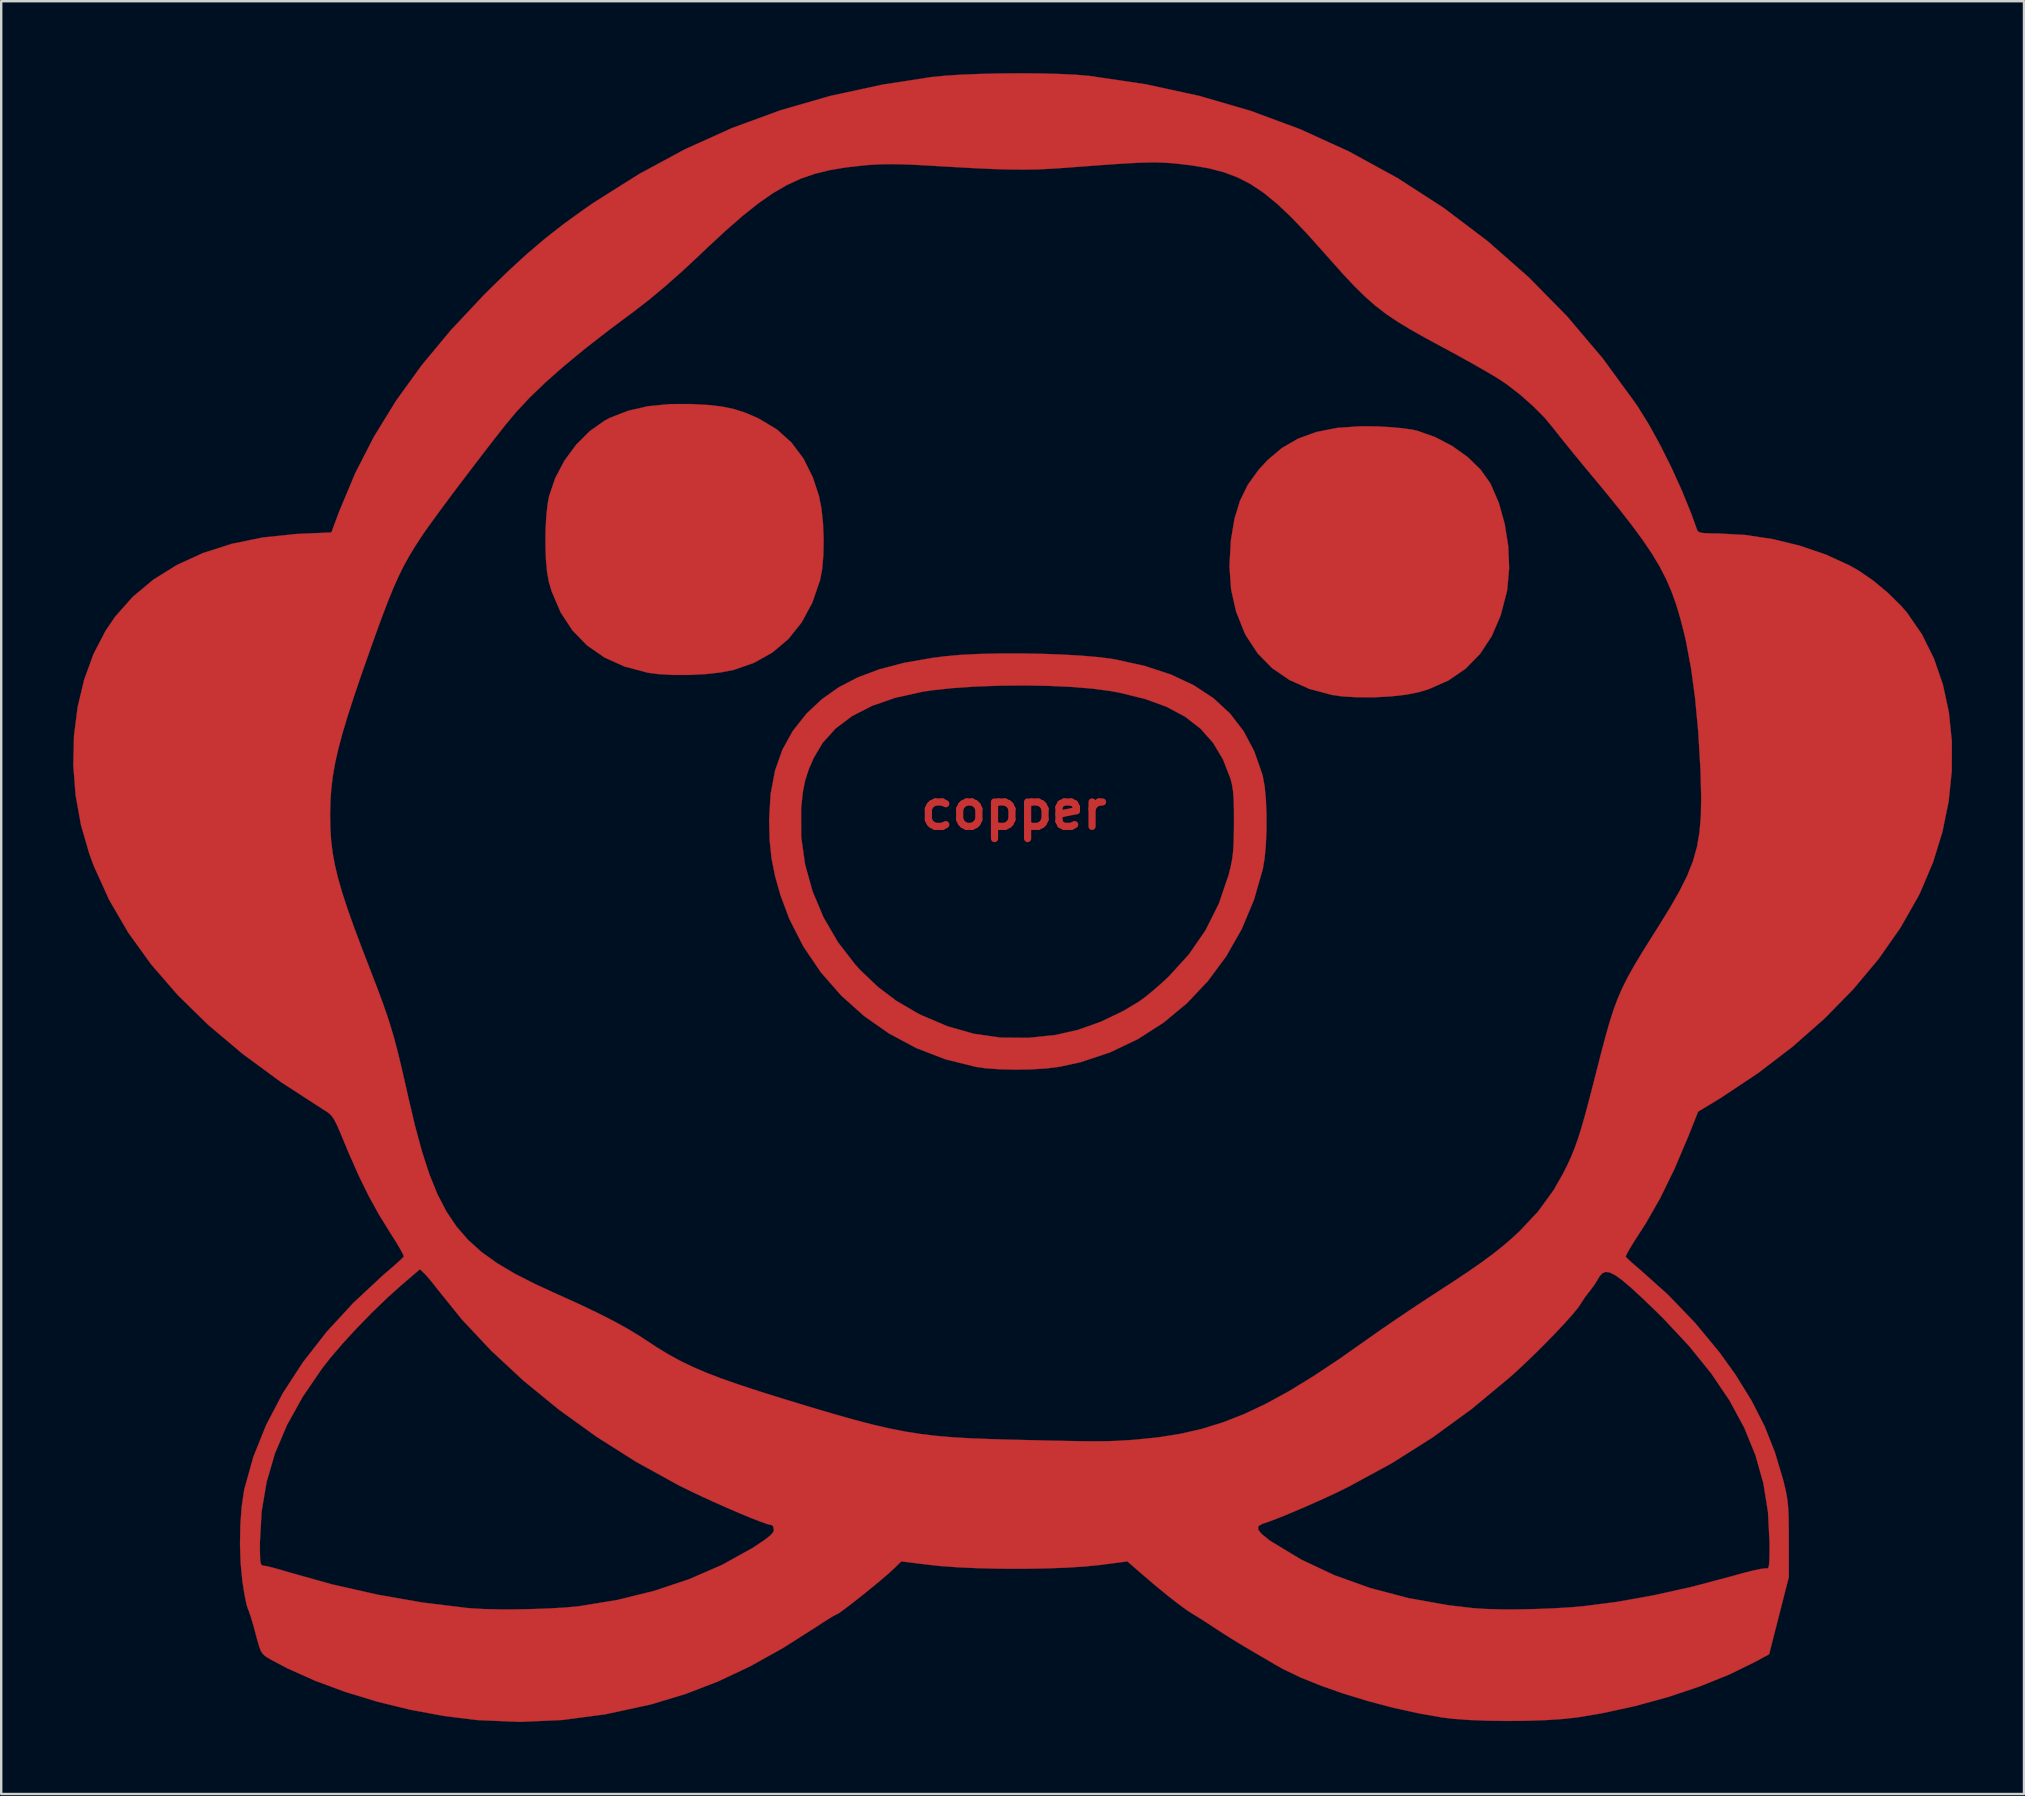
<source format=kicad_pcb>
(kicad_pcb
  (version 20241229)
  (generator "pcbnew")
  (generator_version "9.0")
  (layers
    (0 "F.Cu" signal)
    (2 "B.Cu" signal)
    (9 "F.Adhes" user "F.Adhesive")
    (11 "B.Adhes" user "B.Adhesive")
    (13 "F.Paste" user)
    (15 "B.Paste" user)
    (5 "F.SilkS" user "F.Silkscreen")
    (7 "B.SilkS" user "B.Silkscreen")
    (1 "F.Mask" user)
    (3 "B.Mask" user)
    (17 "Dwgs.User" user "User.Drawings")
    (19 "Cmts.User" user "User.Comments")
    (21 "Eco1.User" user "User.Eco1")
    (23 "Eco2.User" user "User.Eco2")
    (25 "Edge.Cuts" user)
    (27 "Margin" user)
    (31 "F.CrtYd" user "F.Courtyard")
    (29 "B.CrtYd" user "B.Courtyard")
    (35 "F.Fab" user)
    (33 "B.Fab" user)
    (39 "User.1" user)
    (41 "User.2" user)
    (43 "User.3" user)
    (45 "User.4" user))
  (footprint "copper"
    (layer "F.Cu")
    (at 39.189 30.694)
    (property "Reference" "copper" (at 0 0 0) (layer "F.Cu") (effects (font (size 1.524 1.524) (thickness 0.3))))
    (attr through_hole)
    (fp_poly (pts (xy 15.113 -15.977) (xy 15.662 -15.948) (xy 16.165 -15.903) (xy 16.579 -15.846) (xy 16.806 -15.798) (xy 17.564 -15.53) (xy 18.278 -15.156) (xy 18.917 -14.699) (xy 19.451 -14.18) (xy 19.849 -13.622) (xy 19.878 -13.568) (xy 20.215 -12.79) (xy 20.46 -11.916) (xy 20.606 -10.994) (xy 20.645 -10.077) (xy 20.57 -9.213) (xy 20.549 -9.09) (xy 20.291 -8.101) (xy 19.92 -7.237) (xy 19.433 -6.497) (xy 18.832 -5.882) (xy 18.117 -5.392) (xy 17.287 -5.025) (xy 16.875 -4.901) (xy 16.344 -4.797) (xy 15.702 -4.725) (xy 15.008 -4.688) (xy 14.316 -4.689) (xy 13.683 -4.727) (xy 13.272 -4.785) (xy 12.323 -5.037) (xy 11.487 -5.412) (xy 10.766 -5.906) (xy 10.166 -6.519) (xy 9.687 -7.247) (xy 9.614 -7.391) (xy 9.267 -8.262) (xy 9.06 -9.179) (xy 8.99 -10.163) (xy 9.052 -11.235) (xy 9.055 -11.256) (xy 9.201 -12.129) (xy 9.43 -12.881) (xy 9.759 -13.548) (xy 10.203 -14.164) (xy 10.577 -14.57) (xy 11.174 -15.075) (xy 11.848 -15.465) (xy 12.613 -15.744) (xy 13.481 -15.915) (xy 14.467 -15.983) (xy 15.113 -15.977)) (stroke (width 0.01) (type solid)) (fill yes) (layer "F.Cu"))
    (fp_poly (pts (xy -12.724 -16.868) (xy -12.15 -16.802) (xy -11.653 -16.698) (xy -11.185 -16.547) (xy -10.701 -16.339) (xy -10.601 -16.291) (xy -9.871 -15.852) (xy -9.26 -15.304) (xy -8.76 -14.638) (xy -8.367 -13.846) (xy -8.115 -13.081) (xy -8.012 -12.561) (xy -7.946 -11.943) (xy -7.919 -11.281) (xy -7.93 -10.627) (xy -7.981 -10.034) (xy -8.069 -9.567) (xy -8.394 -8.627) (xy -8.834 -7.812) (xy -9.385 -7.122) (xy -10.047 -6.56) (xy -10.82 -6.126) (xy -11.657 -5.833) (xy -12.189 -5.728) (xy -12.83 -5.656) (xy -13.525 -5.62) (xy -14.217 -5.62) (xy -14.849 -5.659) (xy -15.261 -5.716) (xy -16.215 -5.97) (xy -17.054 -6.349) (xy -17.778 -6.852) (xy -18.386 -7.477) (xy -18.876 -8.224) (xy -19.247 -9.091) (xy -19.365 -9.483) (xy -19.441 -9.889) (xy -19.489 -10.415) (xy -19.511 -11.013) (xy -19.507 -11.634) (xy -19.476 -12.231) (xy -19.418 -12.755) (xy -19.359 -13.071) (xy -19.1 -13.831) (xy -18.716 -14.556) (xy -18.228 -15.217) (xy -17.662 -15.782) (xy -17.04 -16.22) (xy -16.819 -16.336) (xy -16.066 -16.628) (xy -15.244 -16.817) (xy -14.327 -16.906) (xy -13.42 -16.907) (xy -12.724 -16.868)) (stroke (width 0.01) (type solid)) (fill yes) (layer "F.Cu"))
    (fp_poly (pts (xy 1.175 -6.5) (xy 2.045 -6.468) (xy 2.855 -6.421) (xy 3.571 -6.358) (xy 4.157 -6.28) (xy 4.228 -6.268) (xy 5.464 -5.994) (xy 6.555 -5.635) (xy 7.507 -5.188) (xy 8.325 -4.649) (xy 9.014 -4.013) (xy 9.579 -3.278) (xy 10.024 -2.438) (xy 10.355 -1.49) (xy 10.38 -1.397) (xy 10.457 -0.977) (xy 10.508 -0.436) (xy 10.533 0.181) (xy 10.533 0.828) (xy 10.507 1.457) (xy 10.455 2.025) (xy 10.383 2.455) (xy 10.012 3.751) (xy 9.501 4.969) (xy 8.858 6.099) (xy 8.094 7.132) (xy 7.218 8.059) (xy 6.24 8.87) (xy 5.169 9.556) (xy 4.015 10.107) (xy 2.786 10.516) (xy 1.915 10.706) (xy 1.374 10.775) (xy 0.735 10.815) (xy 0.052 10.826) (xy -0.616 10.809) (xy -1.214 10.764) (xy -1.566 10.713) (xy -2.841 10.397) (xy -4.053 9.93) (xy -5.19 9.324) (xy -6.24 8.588) (xy -7.193 7.733) (xy -8.035 6.77) (xy -8.756 5.707) (xy -9.344 4.557) (xy -9.718 3.556) (xy -9.943 2.76) (xy -10.09 2.023) (xy -10.168 1.272) (xy -10.19 0.432) (xy -10.19 0.423) (xy -10.165 -0.023) (xy -8.858 -0.023) (xy -8.855 1.129) (xy -8.692 2.281) (xy -8.377 3.411) (xy -7.917 4.498) (xy -7.321 5.52) (xy -6.597 6.456) (xy -6.399 6.672) (xy -5.661 7.377) (xy -4.89 7.96) (xy -4.028 8.465) (xy -3.852 8.554) (xy -2.759 9.02) (xy -1.668 9.331) (xy -0.554 9.491) (xy 0.606 9.501) (xy 1.736 9.383) (xy 2.663 9.174) (xy 3.621 8.835) (xy 4.562 8.385) (xy 5.228 7.986) (xy 5.491 7.793) (xy 5.825 7.519) (xy 6.185 7.204) (xy 6.463 6.946) (xy 7.3 6.027) (xy 7.995 5.018) (xy 8.545 3.92) (xy 8.949 2.738) (xy 8.954 2.719) (xy 9.041 2.374) (xy 9.102 2.064) (xy 9.142 1.745) (xy 9.165 1.372) (xy 9.176 0.902) (xy 9.179 0.55) (xy 9.178 -0.016) (xy 9.166 -0.448) (xy 9.14 -0.781) (xy 9.097 -1.051) (xy 9.035 -1.292) (xy 9.031 -1.308) (xy 8.721 -2.102) (xy 8.309 -2.791) (xy 7.786 -3.381) (xy 7.144 -3.879) (xy 6.375 -4.291) (xy 5.469 -4.622) (xy 4.418 -4.879) (xy 4.027 -4.951) (xy 3.285 -5.05) (xy 2.414 -5.121) (xy 1.452 -5.165) (xy 0.438 -5.183) (xy -0.59 -5.173) (xy -1.594 -5.136) (xy -2.535 -5.073) (xy -3.377 -4.984) (xy -3.815 -4.918) (xy -4.931 -4.67) (xy -5.903 -4.333) (xy -6.732 -3.908) (xy -7.418 -3.393) (xy -7.963 -2.789) (xy -8.336 -2.159) (xy -8.545 -1.674) (xy -8.69 -1.221) (xy -8.786 -0.739) (xy -8.848 -0.164) (xy -8.858 -0.023) (xy -10.165 -0.023) (xy -10.128 -0.657) (xy -9.946 -1.627) (xy -9.639 -2.5) (xy -9.203 -3.289) (xy -8.632 -4.008) (xy -8.62 -4.021) (xy -7.996 -4.606) (xy -7.294 -5.103) (xy -6.499 -5.517) (xy -5.596 -5.856) (xy -4.569 -6.124) (xy -3.404 -6.329) (xy -2.857 -6.398) (xy -2.208 -6.456) (xy -1.446 -6.494) (xy -0.605 -6.514) (xy 0.28 -6.515) (xy 1.175 -6.5)) (stroke (width 0.01) (type solid)) (fill yes) (layer "F.Cu"))
    (fp_poly (pts (xy 1.126 -30.682) (xy 1.905 -30.662) (xy 2.592 -30.629) (xy 3.149 -30.581) (xy 3.175 -30.578) (xy 5.498 -30.233) (xy 7.727 -29.749) (xy 9.873 -29.125) (xy 11.943 -28.357) (xy 13.945 -27.444) (xy 13.967 -27.434) (xy 15.992 -26.325) (xy 17.918 -25.08) (xy 19.74 -23.702) (xy 21.455 -22.195) (xy 23.058 -20.563) (xy 24.544 -18.81) (xy 25.91 -16.939) (xy 26.018 -16.779) (xy 26.476 -16.038) (xy 26.949 -15.178) (xy 27.415 -14.244) (xy 27.851 -13.28) (xy 28.236 -12.333) (xy 28.477 -11.663) (xy 28.523 -11.593) (xy 28.623 -11.549) (xy 28.81 -11.525) (xy 29.117 -11.516) (xy 29.345 -11.515) (xy 30.472 -11.454) (xy 31.624 -11.281) (xy 32.761 -11.004) (xy 33.84 -10.636) (xy 34.822 -10.186) (xy 35.194 -9.976) (xy 35.803 -9.56) (xy 36.417 -9.05) (xy 36.971 -8.505) (xy 37.224 -8.213) (xy 37.846 -7.309) (xy 38.345 -6.305) (xy 38.719 -5.218) (xy 38.968 -4.062) (xy 39.091 -2.855) (xy 39.088 -1.612) (xy 38.957 -0.349) (xy 38.699 0.918) (xy 38.312 2.172) (xy 37.795 3.398) (xy 37.701 3.591) (xy 36.95 4.912) (xy 36.041 6.211) (xy 34.982 7.476) (xy 33.784 8.698) (xy 32.457 9.868) (xy 31.009 10.975) (xy 29.451 12.01) (xy 29.224 12.149) (xy 28.518 12.576) (xy 28.115 13.591) (xy 27.537 14.954) (xy 26.949 16.16) (xy 26.344 17.221) (xy 26.122 17.567) (xy 25.889 17.927) (xy 25.697 18.238) (xy 25.563 18.473) (xy 25.502 18.604) (xy 25.5 18.619) (xy 25.574 18.701) (xy 25.747 18.86) (xy 25.987 19.066) (xy 26.077 19.142) (xy 27.269 20.21) (xy 28.394 21.381) (xy 29.415 22.615) (xy 30.07 23.529) (xy 30.744 24.616) (xy 31.287 25.682) (xy 31.721 26.777) (xy 32.056 27.898) (xy 32.143 28.247) (xy 32.206 28.546) (xy 32.249 28.833) (xy 32.276 29.147) (xy 32.291 29.528) (xy 32.297 30.015) (xy 32.298 30.395) (xy 32.3 31.962) (xy 31.889 33.574) (xy 31.477 35.186) (xy 30.915 35.492) (xy 29.82 36.029) (xy 28.594 36.524) (xy 27.271 36.967) (xy 25.887 37.347) (xy 24.476 37.652) (xy 23.495 37.816) (xy 22.895 37.882) (xy 22.177 37.93) (xy 21.383 37.957) (xy 20.554 37.966) (xy 19.734 37.954) (xy 18.964 37.924) (xy 18.286 37.873) (xy 17.839 37.819) (xy 16.829 37.639) (xy 15.79 37.408) (xy 14.752 37.133) (xy 13.746 36.826) (xy 12.803 36.495) (xy 11.951 36.151) (xy 11.223 35.802) (xy 10.903 35.622) (xy 10.695 35.498) (xy 10.388 35.318) (xy 10.031 35.11) (xy 9.802 34.976) (xy 9.39 34.731) (xy 8.951 34.46) (xy 8.557 34.208) (xy 8.413 34.113) (xy 8.089 33.899) (xy 7.776 33.699) (xy 7.532 33.55) (xy 7.494 33.528) (xy 7.222 33.353) (xy 6.849 33.08) (xy 6.399 32.728) (xy 5.895 32.315) (xy 5.36 31.858) (xy 5.353 31.853) (xy 4.738 31.317) (xy 3.575 31.468) (xy 2.933 31.532) (xy 2.16 31.58) (xy 1.295 31.61) (xy 0.377 31.624) (xy -0.557 31.621) (xy -1.467 31.601) (xy -2.317 31.563) (xy -3.066 31.509) (xy -3.463 31.467) (xy -4.683 31.317) (xy -5.03 31.652) (xy -5.228 31.833) (xy -5.503 32.069) (xy -5.829 32.34) (xy -6.179 32.625) (xy -6.528 32.902) (xy -6.849 33.152) (xy -7.117 33.354) (xy -7.304 33.486) (xy -7.384 33.528) (xy -7.481 33.573) (xy -7.684 33.693) (xy -7.962 33.87) (xy -8.195 34.024) (xy -9.611 34.924) (xy -10.976 35.685) (xy -12.318 36.319) (xy -13.662 36.837) (xy -15.033 37.253) (xy -15.198 37.295) (xy -17.024 37.689) (xy -18.808 37.925) (xy -20.567 38.005) (xy -22.318 37.931) (xy -22.375 37.926) (xy -23.739 37.758) (xy -25.13 37.501) (xy -26.512 37.163) (xy -27.853 36.755) (xy -29.119 36.286) (xy -30.276 35.767) (xy -30.988 35.388) (xy -31.161 35.284) (xy -31.28 35.183) (xy -31.369 35.049) (xy -31.447 34.844) (xy -31.535 34.531) (xy -31.589 34.324) (xy -31.692 33.948) (xy -31.791 33.617) (xy -31.873 33.378) (xy -31.909 33.293) (xy -31.959 33.138) (xy -32.021 32.856) (xy -32.086 32.488) (xy -32.142 32.111) (xy -32.211 31.38) (xy -32.238 30.587) (xy -32.237 30.544) (xy -31.41 30.544) (xy -31.408 30.957) (xy -31.399 31.231) (xy -31.377 31.392) (xy -31.338 31.471) (xy -31.277 31.495) (xy -31.252 31.496) (xy -31.107 31.52) (xy -30.844 31.585) (xy -30.504 31.68) (xy -30.258 31.755) (xy -28.416 32.271) (xy -26.524 32.7) (xy -24.634 33.031) (xy -22.802 33.255) (xy -22.569 33.275) (xy -22.067 33.303) (xy -21.444 33.316) (xy -20.747 33.316) (xy -20.023 33.302) (xy -19.32 33.276) (xy -18.684 33.239) (xy -18.164 33.191) (xy -18.119 33.186) (xy -16.52 32.925) (xy -14.978 32.545) (xy -13.514 32.055) (xy -12.149 31.461) (xy -10.905 30.771) (xy -10.762 30.68) (xy -10.398 30.437) (xy -10.163 30.256) (xy -10.034 30.118) (xy -9.991 30.005) (xy -9.991 29.993) (xy -9.992 29.988) (xy 10.185 29.988) (xy 10.332 30.177) (xy 10.635 30.421) (xy 10.732 30.488) (xy 11.984 31.244) (xy 13.36 31.891) (xy 14.847 32.425) (xy 16.438 32.845) (xy 18.122 33.146) (xy 19.177 33.268) (xy 19.683 33.3) (xy 20.315 33.316) (xy 21.029 33.316) (xy 21.781 33.301) (xy 22.529 33.272) (xy 23.23 33.229) (xy 23.707 33.188) (xy 25.146 33.003) (xy 26.686 32.727) (xy 28.289 32.37) (xy 29.918 31.937) (xy 30.009 31.911) (xy 30.442 31.792) (xy 30.825 31.696) (xy 31.126 31.632) (xy 31.311 31.607) (xy 31.343 31.609) (xy 31.405 31.614) (xy 31.448 31.573) (xy 31.474 31.46) (xy 31.489 31.251) (xy 31.495 30.919) (xy 31.496 30.525) (xy 31.432 29.274) (xy 31.239 28.066) (xy 30.909 26.893) (xy 30.44 25.743) (xy 29.825 24.608) (xy 29.06 23.476) (xy 28.139 22.338) (xy 27.058 21.183) (xy 26.737 20.867) (xy 26.18 20.331) (xy 25.725 19.912) (xy 25.36 19.602) (xy 25.072 19.394) (xy 24.846 19.28) (xy 24.67 19.253) (xy 24.531 19.306) (xy 24.415 19.432) (xy 24.344 19.554) (xy 24.206 19.778) (xy 24.024 20.025) (xy 23.99 20.066) (xy 23.805 20.308) (xy 23.647 20.548) (xy 23.627 20.583) (xy 23.492 20.777) (xy 23.254 21.063) (xy 22.932 21.42) (xy 22.549 21.828) (xy 22.124 22.263) (xy 21.679 22.705) (xy 21.234 23.132) (xy 20.81 23.523) (xy 20.681 23.638) (xy 19.081 24.967) (xy 17.454 26.152) (xy 15.764 27.22) (xy 13.972 28.195) (xy 13.864 28.25) (xy 13.355 28.497) (xy 12.788 28.759) (xy 12.198 29.021) (xy 11.62 29.268) (xy 11.092 29.485) (xy 10.647 29.655) (xy 10.351 29.756) (xy 10.192 29.849) (xy 10.185 29.988) (xy -9.992 29.988) (xy -10.028 29.845) (xy -10.09 29.803) (xy -10.244 29.768) (xy -10.526 29.67) (xy -10.911 29.521) (xy -11.372 29.331) (xy -11.885 29.111) (xy -12.425 28.872) (xy -12.967 28.625) (xy -13.485 28.379) (xy -13.954 28.147) (xy -14.012 28.117) (xy -15.729 27.17) (xy -17.382 26.123) (xy -18.952 24.991) (xy -20.423 23.789) (xy -21.777 22.531) (xy -22.997 21.231) (xy -24.045 19.93) (xy -24.247 19.671) (xy -24.443 19.439) (xy -24.54 19.336) (xy -24.739 19.142) (xy -25.514 19.805) (xy -26.115 20.344) (xy -26.747 20.955) (xy -27.377 21.601) (xy -27.969 22.246) (xy -28.488 22.853) (xy -28.816 23.272) (xy -29.63 24.463) (xy -30.283 25.639) (xy -30.782 26.817) (xy -31.132 28.013) (xy -31.339 29.244) (xy -31.41 30.527) (xy -31.41 30.544) (xy -32.237 30.544) (xy -32.223 29.787) (xy -32.167 29.035) (xy -32.072 28.384) (xy -32.052 28.286) (xy -31.68 26.954) (xy -31.145 25.625) (xy -30.454 24.309) (xy -29.614 23.017) (xy -28.632 21.758) (xy -27.513 20.543) (xy -26.266 19.381) (xy -26.077 19.22) (xy -25.803 18.984) (xy -25.583 18.785) (xy -25.444 18.65) (xy -25.413 18.611) (xy -25.446 18.516) (xy -25.556 18.31) (xy -25.728 18.021) (xy -25.943 17.679) (xy -25.975 17.63) (xy -26.443 16.873) (xy -26.872 16.096) (xy -27.285 15.256) (xy -27.703 14.31) (xy -27.862 13.928) (xy -28.051 13.471) (xy -28.194 13.143) (xy -28.31 12.915) (xy -28.416 12.759) (xy -28.529 12.646) (xy -28.669 12.547) (xy -28.758 12.493) (xy -30.523 11.35) (xy -32.123 10.174) (xy -33.56 8.964) (xy -34.834 7.717) (xy -35.946 6.433) (xy -36.899 5.11) (xy -37.693 3.746) (xy -38.329 2.342) (xy -38.516 1.836) (xy -38.867 0.625) (xy -38.933 0.254) (xy -28.484 0.254) (xy -28.474 0.78) (xy -28.441 1.283) (xy -28.38 1.783) (xy -28.286 2.3) (xy -28.152 2.856) (xy -27.974 3.471) (xy -27.747 4.164) (xy -27.464 4.956) (xy -27.122 5.867) (xy -26.833 6.614) (xy -26.56 7.321) (xy -26.333 7.927) (xy -26.142 8.467) (xy -25.976 8.976) (xy -25.825 9.488) (xy -25.679 10.039) (xy -25.526 10.664) (xy -25.357 11.397) (xy -25.234 11.946) (xy -24.944 13.176) (xy -24.651 14.254) (xy -24.345 15.195) (xy -24.012 16.016) (xy -23.641 16.734) (xy -23.22 17.363) (xy -22.735 17.921) (xy -22.176 18.424) (xy -21.531 18.888) (xy -20.786 19.33) (xy -19.93 19.766) (xy -19.162 20.119) (xy -18.199 20.554) (xy -17.377 20.944) (xy -16.675 21.3) (xy -16.073 21.632) (xy -15.552 21.949) (xy -15.357 22.078) (xy -14.852 22.409) (xy -14.366 22.703) (xy -13.876 22.97) (xy -13.359 23.219) (xy -12.792 23.462) (xy -12.152 23.707) (xy -11.415 23.964) (xy -10.56 24.244) (xy -9.61 24.541) (xy -8.503 24.878) (xy -7.533 25.166) (xy -6.675 25.408) (xy -5.906 25.609) (xy -5.202 25.773) (xy -4.538 25.904) (xy -3.891 26.007) (xy -3.237 26.086) (xy -2.552 26.145) (xy -1.812 26.188) (xy -0.993 26.22) (xy -0.169 26.244) (xy 0.767 26.266) (xy 1.553 26.285) (xy 2.208 26.298) (xy 2.753 26.308) (xy 3.206 26.312) (xy 3.587 26.312) (xy 3.915 26.307) (xy 4.21 26.298) (xy 4.49 26.284) (xy 4.777 26.266) (xy 5.08 26.244) (xy 6.051 26.145) (xy 6.97 25.997) (xy 7.857 25.792) (xy 8.731 25.52) (xy 9.61 25.175) (xy 10.513 24.748) (xy 11.459 24.231) (xy 12.467 23.615) (xy 13.555 22.893) (xy 14.69 22.095) (xy 15.173 21.754) (xy 15.751 21.356) (xy 16.375 20.933) (xy 16.998 20.518) (xy 17.568 20.146) (xy 18.331 19.651) (xy 18.969 19.224) (xy 19.507 18.85) (xy 19.966 18.511) (xy 20.37 18.191) (xy 20.74 17.873) (xy 21.065 17.574) (xy 21.851 16.738) (xy 22.502 15.842) (xy 22.893 15.155) (xy 23.07 14.802) (xy 23.226 14.461) (xy 23.37 14.108) (xy 23.509 13.718) (xy 23.651 13.268) (xy 23.805 12.734) (xy 23.977 12.09) (xy 24.177 11.315) (xy 24.254 11.013) (xy 24.47 10.165) (xy 24.658 9.453) (xy 24.83 8.849) (xy 24.997 8.327) (xy 25.173 7.857) (xy 25.367 7.411) (xy 25.593 6.963) (xy 25.862 6.483) (xy 26.186 5.944) (xy 26.577 5.318) (xy 26.839 4.904) (xy 27.339 4.096) (xy 27.743 3.39) (xy 28.061 2.753) (xy 28.3 2.153) (xy 28.469 1.556) (xy 28.578 0.931) (xy 28.634 0.246) (xy 28.647 -0.532) (xy 28.625 -1.435) (xy 28.615 -1.709) (xy 28.526 -3.24) (xy 28.394 -4.649) (xy 28.221 -5.922) (xy 28.009 -7.047) (xy 27.941 -7.341) (xy 27.777 -7.979) (xy 27.604 -8.558) (xy 27.411 -9.097) (xy 27.187 -9.616) (xy 26.92 -10.133) (xy 26.6 -10.667) (xy 26.216 -11.237) (xy 25.756 -11.863) (xy 25.21 -12.562) (xy 24.567 -13.354) (xy 24.101 -13.915) (xy 23.716 -14.378) (xy 23.35 -14.824) (xy 23.021 -15.228) (xy 22.751 -15.564) (xy 22.559 -15.808) (xy 22.501 -15.885) (xy 22.127 -16.335) (xy 21.646 -16.82) (xy 21.105 -17.298) (xy 20.549 -17.728) (xy 20.287 -17.907) (xy 20.001 -18.083) (xy 19.6 -18.319) (xy 19.117 -18.594) (xy 18.589 -18.888) (xy 18.05 -19.181) (xy 17.93 -19.245) (xy 17.166 -19.658) (xy 16.524 -20.02) (xy 15.979 -20.351) (xy 15.502 -20.674) (xy 15.067 -21.009) (xy 14.646 -21.38) (xy 14.211 -21.807) (xy 13.736 -22.313) (xy 13.194 -22.918) (xy 12.924 -23.224) (xy 12.207 -24.024) (xy 11.563 -24.697) (xy 10.975 -25.254) (xy 10.42 -25.707) (xy 9.88 -26.069) (xy 9.333 -26.351) (xy 8.76 -26.567) (xy 8.14 -26.729) (xy 7.453 -26.848) (xy 6.802 -26.925) (xy 6.518 -26.95) (xy 6.239 -26.968) (xy 5.944 -26.976) (xy 5.614 -26.975) (xy 5.228 -26.963) (xy 4.766 -26.94) (xy 4.208 -26.905) (xy 3.534 -26.857) (xy 2.723 -26.796) (xy 2.159 -26.753) (xy 1.583 -26.714) (xy 1.025 -26.688) (xy 0.455 -26.677) (xy -0.154 -26.681) (xy -0.833 -26.7) (xy -1.611 -26.735) (xy -2.516 -26.785) (xy -2.921 -26.809) (xy -3.673 -26.853) (xy -4.286 -26.884) (xy -4.791 -26.901) (xy -5.219 -26.905) (xy -5.598 -26.897) (xy -5.961 -26.876) (xy -6.265 -26.85) (xy -7.012 -26.765) (xy -7.685 -26.651) (xy -8.306 -26.497) (xy -8.892 -26.293) (xy -9.464 -26.027) (xy -10.04 -25.691) (xy -10.64 -25.272) (xy -11.284 -24.76) (xy -11.99 -24.144) (xy -12.778 -23.415) (xy -13.143 -23.067) (xy -13.842 -22.416) (xy -14.544 -21.796) (xy -15.212 -21.241) (xy -15.78 -20.802) (xy -16.908 -19.959) (xy -17.899 -19.186) (xy -18.764 -18.472) (xy -19.517 -17.806) (xy -20.168 -17.179) (xy -20.73 -16.579) (xy -21.177 -16.044) (xy -21.656 -15.433) (xy -22.153 -14.79) (xy -22.651 -14.139) (xy -23.135 -13.501) (xy -23.587 -12.898) (xy -23.99 -12.353) (xy -24.329 -11.888) (xy -24.586 -11.524) (xy -24.664 -11.409) (xy -24.943 -10.981) (xy -25.189 -10.575) (xy -25.415 -10.167) (xy -25.631 -9.731) (xy -25.848 -9.245) (xy -26.077 -8.682) (xy -26.329 -8.019) (xy -26.616 -7.232) (xy -26.78 -6.773) (xy -27.161 -5.69) (xy -27.483 -4.745) (xy -27.75 -3.918) (xy -27.968 -3.193) (xy -28.14 -2.549) (xy -28.272 -1.968) (xy -28.367 -1.43) (xy -28.431 -0.918) (xy -28.468 -0.412) (xy -28.483 0.106) (xy -28.484 0.254) (xy -38.933 0.254) (xy -39.089 -0.611) (xy -39.184 -1.854) (xy -39.156 -3.082) (xy -39.005 -4.277) (xy -38.734 -5.417) (xy -38.346 -6.484) (xy -37.842 -7.457) (xy -37.44 -8.048) (xy -36.71 -8.871) (xy -35.851 -9.59) (xy -34.873 -10.2) (xy -33.781 -10.699) (xy -32.585 -11.083) (xy -31.292 -11.348) (xy -29.908 -11.492) (xy -29.688 -11.503) (xy -28.431 -11.557) (xy -28.099 -12.446) (xy -27.439 -14.023) (xy -26.653 -15.554) (xy -25.732 -17.05) (xy -24.668 -18.523) (xy -23.452 -19.986) (xy -22.077 -21.451) (xy -21.935 -21.594) (xy -21.079 -22.428) (xy -20.285 -23.158) (xy -19.513 -23.814) (xy -18.724 -24.43) (xy -17.881 -25.037) (xy -17.484 -25.31) (xy -15.607 -26.493) (xy -13.701 -27.523) (xy -11.749 -28.404) (xy -9.736 -29.143) (xy -7.649 -29.746) (xy -5.471 -30.217) (xy -3.429 -30.533) (xy -2.869 -30.588) (xy -2.18 -30.632) (xy -1.399 -30.664) (xy -0.563 -30.683) (xy 0.291 -30.689) (xy 1.126 -30.682)) (stroke (width 0.01) (type solid)) (fill yes) (layer "F.Cu")))
  (gr_rect
    (start -3 -3)
    (end 81.286 71.704)
    (stroke (width 0.1) (type default))
    (fill no)
    (layer "Edge.Cuts")))
</source>
